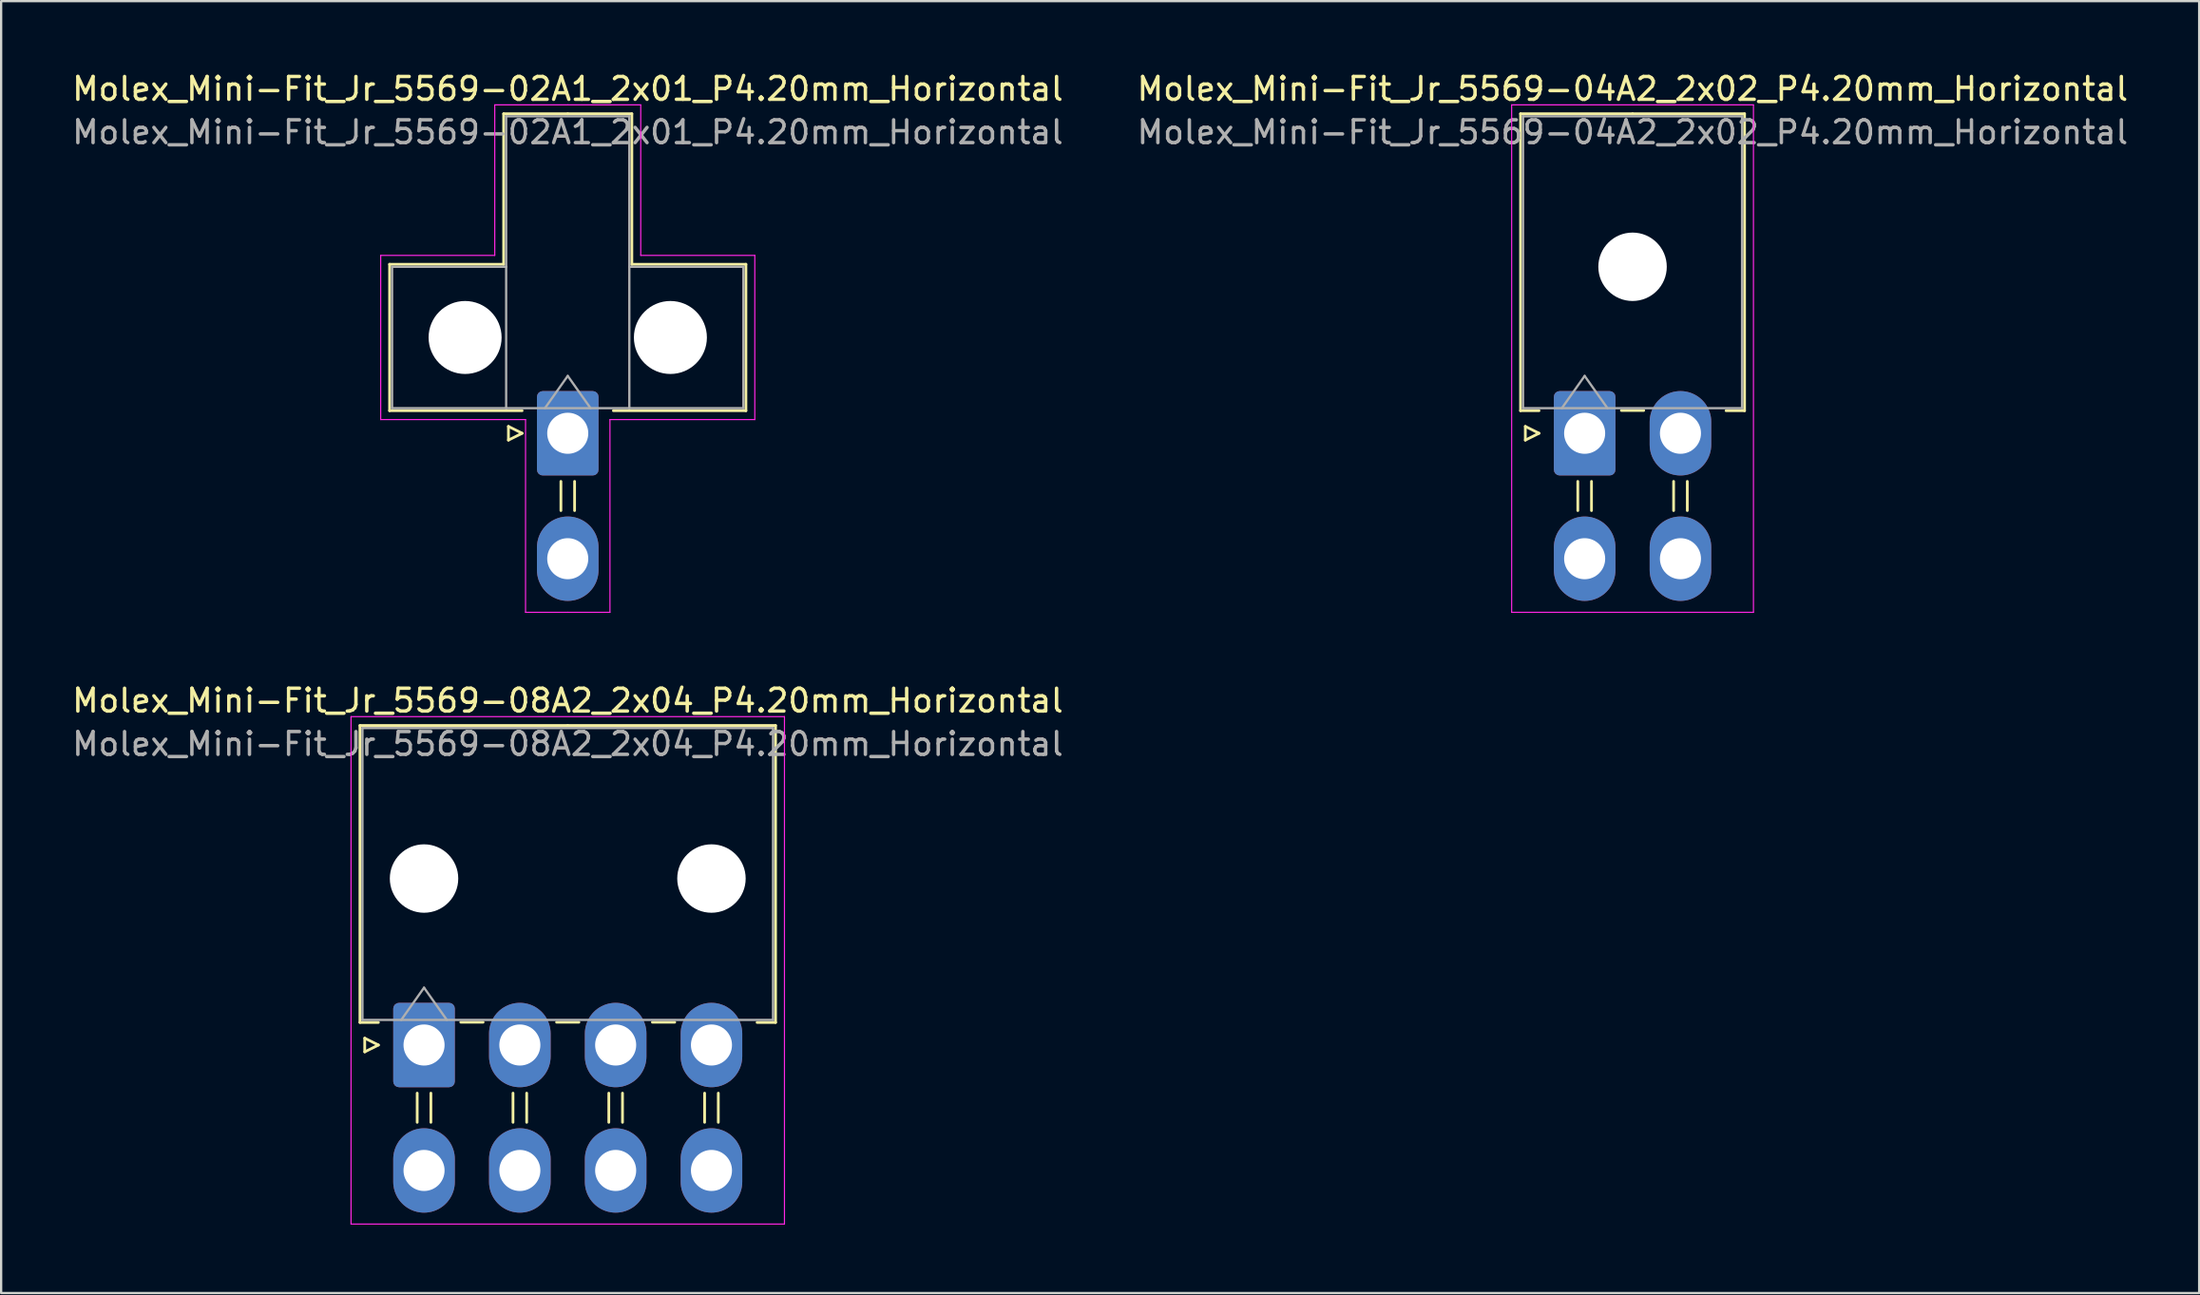
<source format=kicad_pcb>
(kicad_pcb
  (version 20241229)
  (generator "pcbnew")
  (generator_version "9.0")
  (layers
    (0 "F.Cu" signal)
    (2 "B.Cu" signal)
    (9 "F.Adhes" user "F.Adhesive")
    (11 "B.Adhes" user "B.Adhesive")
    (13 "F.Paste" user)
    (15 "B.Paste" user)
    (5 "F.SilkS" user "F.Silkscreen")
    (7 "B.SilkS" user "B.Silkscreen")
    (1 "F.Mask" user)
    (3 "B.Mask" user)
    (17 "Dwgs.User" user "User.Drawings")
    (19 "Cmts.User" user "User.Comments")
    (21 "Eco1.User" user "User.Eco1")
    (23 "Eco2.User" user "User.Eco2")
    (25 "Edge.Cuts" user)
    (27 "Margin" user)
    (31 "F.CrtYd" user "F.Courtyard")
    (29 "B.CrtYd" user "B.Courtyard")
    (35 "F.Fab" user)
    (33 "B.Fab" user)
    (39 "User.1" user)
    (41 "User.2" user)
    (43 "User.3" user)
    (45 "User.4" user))
  (footprint "Molex_Mini-Fit_Jr_5569-04A2_2x02_P4.20mm_Horizontal"
    (layer "F.Cu")
    (at 66.418 15.948)
    (property "Reference" "Molex_Mini-Fit_Jr_5569-04A2_2x02_P4.20mm_Horizontal" (at 2.1 -15.1 0) (layer "F.SilkS") (effects (font (size 1 1) (thickness 0.15))))
    (attr through_hole)
    (fp_line (start -2.81 -14.01) (end 2.1 -14.01) (stroke (width 0.12) (type solid)) (layer "F.SilkS"))
    (fp_line (start -2.81 -0.99) (end -2.81 -14.01) (stroke (width 0.12) (type solid)) (layer "F.SilkS"))
    (fp_line (start -2.6 -0.3) (end -2 0) (stroke (width 0.12) (type solid)) (layer "F.SilkS"))
    (fp_line (start -2.6 0.3) (end -2.6 -0.3) (stroke (width 0.12) (type solid)) (layer "F.SilkS"))
    (fp_line (start -2 -0.99) (end -2.81 -0.99) (stroke (width 0.12) (type solid)) (layer "F.SilkS"))
    (fp_line (start -2 0) (end -2.6 0.3) (stroke (width 0.12) (type solid)) (layer "F.SilkS"))
    (fp_line (start -0.3 2.11) (end -0.3 3.39) (stroke (width 0.12) (type solid)) (layer "F.SilkS"))
    (fp_line (start 0.3 2.11) (end 0.3 3.39) (stroke (width 0.12) (type solid)) (layer "F.SilkS"))
    (fp_line (start 1.61 -1) (end 2.59 -1) (stroke (width 0.12) (type solid)) (layer "F.SilkS"))
    (fp_line (start 3.9 2.11) (end 3.9 3.39) (stroke (width 0.12) (type solid)) (layer "F.SilkS"))
    (fp_line (start 4.5 2.11) (end 4.5 3.39) (stroke (width 0.12) (type solid)) (layer "F.SilkS"))
    (fp_line (start 6.2 -0.99) (end 7.01 -0.99) (stroke (width 0.12) (type solid)) (layer "F.SilkS"))
    (fp_line (start 7.01 -14.01) (end 2.1 -14.01) (stroke (width 0.12) (type solid)) (layer "F.SilkS"))
    (fp_line (start 7.01 -0.99) (end 7.01 -14.01) (stroke (width 0.12) (type solid)) (layer "F.SilkS"))
    (fp_line (start -3.2 -14.4) (end -3.2 7.85) (stroke (width 0.05) (type solid)) (layer "F.CrtYd"))
    (fp_line (start -3.2 7.85) (end 7.4 7.85) (stroke (width 0.05) (type solid)) (layer "F.CrtYd"))
    (fp_line (start 7.4 -14.4) (end -3.2 -14.4) (stroke (width 0.05) (type solid)) (layer "F.CrtYd"))
    (fp_line (start 7.4 7.85) (end 7.4 -14.4) (stroke (width 0.05) (type solid)) (layer "F.CrtYd"))
    (fp_line (start -2.7 -13.9) (end -2.7 -1.1) (stroke (width 0.1) (type solid)) (layer "F.Fab"))
    (fp_line (start -2.7 -1.1) (end 6.9 -1.1) (stroke (width 0.1) (type solid)) (layer "F.Fab"))
    (fp_line (start -1 -1.1) (end 0 -2.514) (stroke (width 0.1) (type solid)) (layer "F.Fab"))
    (fp_line (start 0 -2.514) (end 1 -1.1) (stroke (width 0.1) (type solid)) (layer "F.Fab"))
    (fp_line (start 6.9 -13.9) (end -2.7 -13.9) (stroke (width 0.1) (type solid)) (layer "F.Fab"))
    (fp_line (start 6.9 -1.1) (end 6.9 -13.9) (stroke (width 0.1) (type solid)) (layer "F.Fab"))
    (fp_text user "${REFERENCE}" (at 2.1 -13.2 0) (layer "F.Fab") (effects (font (size 1 1) (thickness 0.15))))
    (pad "" np_thru_hole circle (at 2.1 -7.3) (size 3 3) (drill 3) (layers "*.Cu" "*.Mask"))
    (pad "1" thru_hole roundrect (at 0 0) (size 2.7 3.7) (drill 1.8) (layers "*.Cu" "*.Mask") (roundrect_rratio 0.093))
    (pad "2" thru_hole oval (at 4.2 0) (size 2.7 3.7) (drill 1.8) (layers "*.Cu" "*.Mask"))
    (pad "3" thru_hole oval (at 0 5.5) (size 2.7 3.7) (drill 1.8) (layers "*.Cu" "*.Mask"))
    (pad "4" thru_hole oval (at 4.2 5.5) (size 2.7 3.7) (drill 1.8) (layers "*.Cu" "*.Mask")))
  (footprint "Molex_Mini-Fit_Jr_5569-08A2_2x04_P4.20mm_Horizontal"
    (layer "F.Cu")
    (at 15.539 42.772)
    (property "Reference" "Molex_Mini-Fit_Jr_5569-08A2_2x04_P4.20mm_Horizontal" (at 6.3 -15.1 0) (layer "F.SilkS") (effects (font (size 1 1) (thickness 0.15))))
    (attr through_hole)
    (fp_line (start -2.81 -14.01) (end 6.3 -14.01) (stroke (width 0.12) (type solid)) (layer "F.SilkS"))
    (fp_line (start -2.81 -0.99) (end -2.81 -14.01) (stroke (width 0.12) (type solid)) (layer "F.SilkS"))
    (fp_line (start -2.6 -0.3) (end -2 0) (stroke (width 0.12) (type solid)) (layer "F.SilkS"))
    (fp_line (start -2.6 0.3) (end -2.6 -0.3) (stroke (width 0.12) (type solid)) (layer "F.SilkS"))
    (fp_line (start -2 -0.99) (end -2.81 -0.99) (stroke (width 0.12) (type solid)) (layer "F.SilkS"))
    (fp_line (start -2 0) (end -2.6 0.3) (stroke (width 0.12) (type solid)) (layer "F.SilkS"))
    (fp_line (start -0.3 2.11) (end -0.3 3.39) (stroke (width 0.12) (type solid)) (layer "F.SilkS"))
    (fp_line (start 0.3 2.11) (end 0.3 3.39) (stroke (width 0.12) (type solid)) (layer "F.SilkS"))
    (fp_line (start 1.61 -1) (end 2.59 -1) (stroke (width 0.12) (type solid)) (layer "F.SilkS"))
    (fp_line (start 3.9 2.11) (end 3.9 3.39) (stroke (width 0.12) (type solid)) (layer "F.SilkS"))
    (fp_line (start 4.5 2.11) (end 4.5 3.39) (stroke (width 0.12) (type solid)) (layer "F.SilkS"))
    (fp_line (start 5.81 -1) (end 6.79 -1) (stroke (width 0.12) (type solid)) (layer "F.SilkS"))
    (fp_line (start 8.1 2.11) (end 8.1 3.39) (stroke (width 0.12) (type solid)) (layer "F.SilkS"))
    (fp_line (start 8.7 2.11) (end 8.7 3.39) (stroke (width 0.12) (type solid)) (layer "F.SilkS"))
    (fp_line (start 10.01 -1) (end 10.99 -1) (stroke (width 0.12) (type solid)) (layer "F.SilkS"))
    (fp_line (start 12.3 2.11) (end 12.3 3.39) (stroke (width 0.12) (type solid)) (layer "F.SilkS"))
    (fp_line (start 12.9 2.11) (end 12.9 3.39) (stroke (width 0.12) (type solid)) (layer "F.SilkS"))
    (fp_line (start 14.6 -0.99) (end 15.41 -0.99) (stroke (width 0.12) (type solid)) (layer "F.SilkS"))
    (fp_line (start 15.41 -14.01) (end 6.3 -14.01) (stroke (width 0.12) (type solid)) (layer "F.SilkS"))
    (fp_line (start 15.41 -0.99) (end 15.41 -14.01) (stroke (width 0.12) (type solid)) (layer "F.SilkS"))
    (fp_line (start -3.2 -14.4) (end -3.2 7.85) (stroke (width 0.05) (type solid)) (layer "F.CrtYd"))
    (fp_line (start -3.2 7.85) (end 15.8 7.85) (stroke (width 0.05) (type solid)) (layer "F.CrtYd"))
    (fp_line (start 15.8 -14.4) (end -3.2 -14.4) (stroke (width 0.05) (type solid)) (layer "F.CrtYd"))
    (fp_line (start 15.8 7.85) (end 15.8 -14.4) (stroke (width 0.05) (type solid)) (layer "F.CrtYd"))
    (fp_line (start -2.7 -13.9) (end -2.7 -1.1) (stroke (width 0.1) (type solid)) (layer "F.Fab"))
    (fp_line (start -2.7 -1.1) (end 15.3 -1.1) (stroke (width 0.1) (type solid)) (layer "F.Fab"))
    (fp_line (start -1 -1.1) (end 0 -2.514) (stroke (width 0.1) (type solid)) (layer "F.Fab"))
    (fp_line (start 0 -2.514) (end 1 -1.1) (stroke (width 0.1) (type solid)) (layer "F.Fab"))
    (fp_line (start 15.3 -13.9) (end -2.7 -13.9) (stroke (width 0.1) (type solid)) (layer "F.Fab"))
    (fp_line (start 15.3 -1.1) (end 15.3 -13.9) (stroke (width 0.1) (type solid)) (layer "F.Fab"))
    (fp_text user "${REFERENCE}" (at 6.3 -13.2 0) (layer "F.Fab") (effects (font (size 1 1) (thickness 0.15))))
    (pad "" np_thru_hole circle (at 0 -7.3) (size 3 3) (drill 3) (layers "*.Cu" "*.Mask"))
    (pad "" np_thru_hole circle (at 12.6 -7.3) (size 3 3) (drill 3) (layers "*.Cu" "*.Mask"))
    (pad "1" thru_hole roundrect (at 0 0) (size 2.7 3.7) (drill 1.8) (layers "*.Cu" "*.Mask") (roundrect_rratio 0.093))
    (pad "2" thru_hole oval (at 4.2 0) (size 2.7 3.7) (drill 1.8) (layers "*.Cu" "*.Mask"))
    (pad "3" thru_hole oval (at 8.4 0) (size 2.7 3.7) (drill 1.8) (layers "*.Cu" "*.Mask"))
    (pad "4" thru_hole oval (at 12.6 0) (size 2.7 3.7) (drill 1.8) (layers "*.Cu" "*.Mask"))
    (pad "5" thru_hole oval (at 0 5.5) (size 2.7 3.7) (drill 1.8) (layers "*.Cu" "*.Mask"))
    (pad "6" thru_hole oval (at 4.2 5.5) (size 2.7 3.7) (drill 1.8) (layers "*.Cu" "*.Mask"))
    (pad "7" thru_hole oval (at 8.4 5.5) (size 2.7 3.7) (drill 1.8) (layers "*.Cu" "*.Mask"))
    (pad "8" thru_hole oval (at 12.6 5.5) (size 2.7 3.7) (drill 1.8) (layers "*.Cu" "*.Mask")))
  (footprint "Molex_Mini-Fit_Jr_5569-02A1_2x01_P4.20mm_Horizontal"
    (layer "F.Cu")
    (at 21.839 15.948)
    (property "Reference" "Molex_Mini-Fit_Jr_5569-02A1_2x01_P4.20mm_Horizontal" (at 0 -15.1 0) (layer "F.SilkS") (effects (font (size 1 1) (thickness 0.15))))
    (attr through_hole)
    (fp_line (start -7.81 -7.41) (end -7.81 -0.99) (stroke (width 0.12) (type solid)) (layer "F.SilkS"))
    (fp_line (start -7.81 -0.99) (end -2 -0.99) (stroke (width 0.12) (type solid)) (layer "F.SilkS"))
    (fp_line (start -2.81 -14.01) (end -2.81 -7.41) (stroke (width 0.12) (type solid)) (layer "F.SilkS"))
    (fp_line (start -2.81 -7.41) (end -7.81 -7.41) (stroke (width 0.12) (type solid)) (layer "F.SilkS"))
    (fp_line (start -2.6 -0.3) (end -2 0) (stroke (width 0.12) (type solid)) (layer "F.SilkS"))
    (fp_line (start -2.6 0.3) (end -2.6 -0.3) (stroke (width 0.12) (type solid)) (layer "F.SilkS"))
    (fp_line (start -2 0) (end -2.6 0.3) (stroke (width 0.12) (type solid)) (layer "F.SilkS"))
    (fp_line (start -0.3 2.11) (end -0.3 3.39) (stroke (width 0.12) (type solid)) (layer "F.SilkS"))
    (fp_line (start 0 -14.01) (end -2.81 -14.01) (stroke (width 0.12) (type solid)) (layer "F.SilkS"))
    (fp_line (start 0 -14.01) (end 2.81 -14.01) (stroke (width 0.12) (type solid)) (layer "F.SilkS"))
    (fp_line (start 0.3 2.11) (end 0.3 3.39) (stroke (width 0.12) (type solid)) (layer "F.SilkS"))
    (fp_line (start 2.81 -14.01) (end 2.81 -7.41) (stroke (width 0.12) (type solid)) (layer "F.SilkS"))
    (fp_line (start 2.81 -7.41) (end 7.81 -7.41) (stroke (width 0.12) (type solid)) (layer "F.SilkS"))
    (fp_line (start 7.81 -7.41) (end 7.81 -0.99) (stroke (width 0.12) (type solid)) (layer "F.SilkS"))
    (fp_line (start 7.81 -0.99) (end 2 -0.99) (stroke (width 0.12) (type solid)) (layer "F.SilkS"))
    (fp_line (start -8.2 -7.8) (end -8.2 -0.6) (stroke (width 0.05) (type solid)) (layer "F.CrtYd"))
    (fp_line (start -8.2 -0.6) (end -1.85 -0.6) (stroke (width 0.05) (type solid)) (layer "F.CrtYd"))
    (fp_line (start -3.2 -14.4) (end -3.2 -7.8) (stroke (width 0.05) (type solid)) (layer "F.CrtYd"))
    (fp_line (start -3.2 -7.8) (end -8.2 -7.8) (stroke (width 0.05) (type solid)) (layer "F.CrtYd"))
    (fp_line (start -1.85 -0.6) (end -1.85 7.85) (stroke (width 0.05) (type solid)) (layer "F.CrtYd"))
    (fp_line (start -1.85 7.85) (end 0 7.85) (stroke (width 0.05) (type solid)) (layer "F.CrtYd"))
    (fp_line (start 0 -14.4) (end -3.2 -14.4) (stroke (width 0.05) (type solid)) (layer "F.CrtYd"))
    (fp_line (start 0 -14.4) (end 3.2 -14.4) (stroke (width 0.05) (type solid)) (layer "F.CrtYd"))
    (fp_line (start 1.85 -0.6) (end 1.85 7.85) (stroke (width 0.05) (type solid)) (layer "F.CrtYd"))
    (fp_line (start 1.85 7.85) (end 0 7.85) (stroke (width 0.05) (type solid)) (layer "F.CrtYd"))
    (fp_line (start 3.2 -14.4) (end 3.2 -7.8) (stroke (width 0.05) (type solid)) (layer "F.CrtYd"))
    (fp_line (start 3.2 -7.8) (end 8.2 -7.8) (stroke (width 0.05) (type solid)) (layer "F.CrtYd"))
    (fp_line (start 8.2 -7.8) (end 8.2 -0.6) (stroke (width 0.05) (type solid)) (layer "F.CrtYd"))
    (fp_line (start 8.2 -0.6) (end 1.85 -0.6) (stroke (width 0.05) (type solid)) (layer "F.CrtYd"))
    (fp_line (start -7.7 -7.3) (end -7.7 -1.1) (stroke (width 0.1) (type solid)) (layer "F.Fab"))
    (fp_line (start -7.7 -1.1) (end -2.7 -1.1) (stroke (width 0.1) (type solid)) (layer "F.Fab"))
    (fp_line (start -2.7 -13.9) (end -2.7 -1.1) (stroke (width 0.1) (type solid)) (layer "F.Fab"))
    (fp_line (start -2.7 -7.3) (end -7.7 -7.3) (stroke (width 0.1) (type solid)) (layer "F.Fab"))
    (fp_line (start -2.7 -1.1) (end 2.7 -1.1) (stroke (width 0.1) (type solid)) (layer "F.Fab"))
    (fp_line (start -1 -1.1) (end 0 -2.514) (stroke (width 0.1) (type solid)) (layer "F.Fab"))
    (fp_line (start 0 -2.514) (end 1 -1.1) (stroke (width 0.1) (type solid)) (layer "F.Fab"))
    (fp_line (start 2.7 -13.9) (end -2.7 -13.9) (stroke (width 0.1) (type solid)) (layer "F.Fab"))
    (fp_line (start 2.7 -7.3) (end 7.7 -7.3) (stroke (width 0.1) (type solid)) (layer "F.Fab"))
    (fp_line (start 2.7 -1.1) (end 2.7 -13.9) (stroke (width 0.1) (type solid)) (layer "F.Fab"))
    (fp_line (start 7.7 -7.3) (end 7.7 -1.1) (stroke (width 0.1) (type solid)) (layer "F.Fab"))
    (fp_line (start 7.7 -1.1) (end 2.7 -1.1) (stroke (width 0.1) (type solid)) (layer "F.Fab"))
    (fp_text user "${REFERENCE}" (at 0 -13.2 0) (layer "F.Fab") (effects (font (size 1 1) (thickness 0.15))))
    (pad "" np_thru_hole circle (at -4.5 -4.2) (size 3.2 3.2) (drill 3.2) (layers "*.Cu" "*.Mask"))
    (pad "" np_thru_hole circle (at 4.5 -4.2) (size 3.2 3.2) (drill 3.2) (layers "*.Cu" "*.Mask"))
    (pad "1" thru_hole roundrect (at 0 0) (size 2.7 3.7) (drill 1.8) (layers "*.Cu" "*.Mask") (roundrect_rratio 0.093))
    (pad "2" thru_hole oval (at 0 5.5) (size 2.7 3.7) (drill 1.8) (layers "*.Cu" "*.Mask")))
  (gr_rect
    (start -3 -3)
    (end 93.357 53.647)
    (stroke (width 0.1) (type default))
    (fill no)
    (layer "Edge.Cuts")))
</source>
